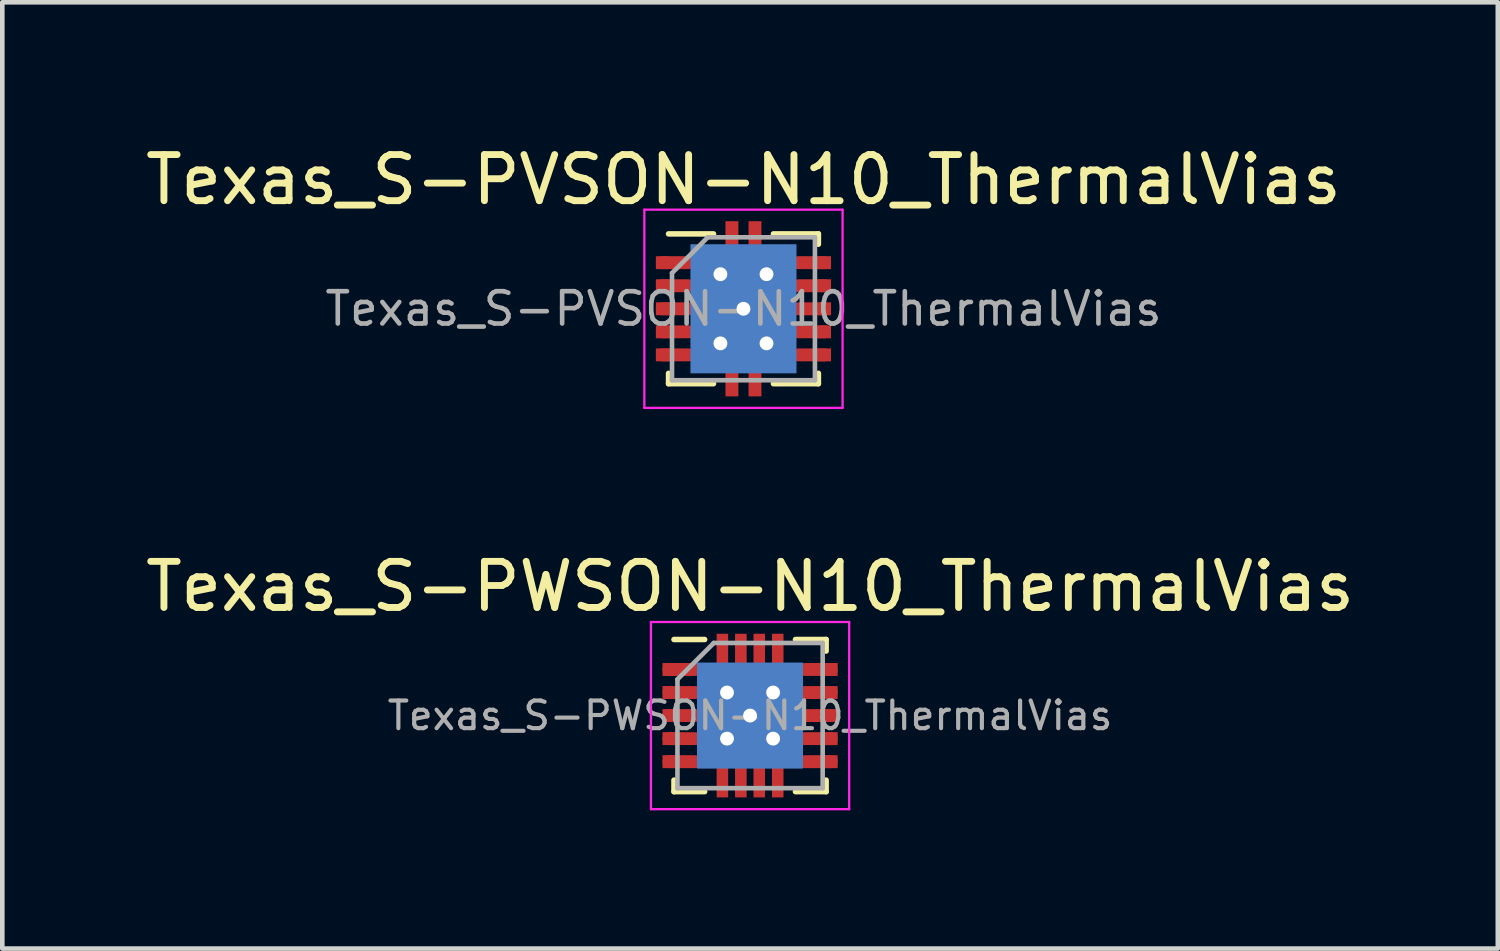
<source format=kicad_pcb>
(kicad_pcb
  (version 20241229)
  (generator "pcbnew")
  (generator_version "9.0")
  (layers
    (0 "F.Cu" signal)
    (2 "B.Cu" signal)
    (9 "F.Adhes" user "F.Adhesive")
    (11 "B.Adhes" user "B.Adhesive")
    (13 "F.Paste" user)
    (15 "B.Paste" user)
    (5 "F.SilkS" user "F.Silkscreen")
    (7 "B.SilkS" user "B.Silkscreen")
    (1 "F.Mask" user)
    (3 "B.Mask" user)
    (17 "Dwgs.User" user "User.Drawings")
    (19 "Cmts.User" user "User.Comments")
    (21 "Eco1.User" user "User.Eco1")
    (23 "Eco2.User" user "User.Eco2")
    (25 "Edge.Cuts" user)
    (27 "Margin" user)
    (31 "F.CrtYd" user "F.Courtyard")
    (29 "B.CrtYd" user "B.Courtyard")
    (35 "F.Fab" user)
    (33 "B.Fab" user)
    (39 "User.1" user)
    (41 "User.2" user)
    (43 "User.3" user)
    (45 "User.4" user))
  (footprint "Texas_S-PWSON-N10_ThermalVias"
    (layer "F.Cu")
    (at 13.22 12.472)
    (property "Reference" "Texas_S-PWSON-N10_ThermalVias" (at 0 -2.8 0) (layer "F.SilkS") (effects (font (size 1 1) (thickness 0.15))))
    (attr smd)
    (fp_line (start -1.65 -1.65) (end -0.985 -1.65) (stroke (width 0.12) (type solid)) (layer "F.SilkS"))
    (fp_line (start -1.65 1.65) (end -1.65 1.4) (stroke (width 0.12) (type solid)) (layer "F.SilkS"))
    (fp_line (start -1.65 1.65) (end -0.985 1.65) (stroke (width 0.12) (type solid)) (layer "F.SilkS"))
    (fp_line (start 0.985 -1.65) (end 1.65 -1.65) (stroke (width 0.12) (type solid)) (layer "F.SilkS"))
    (fp_line (start 0.985 1.65) (end 1.65 1.65) (stroke (width 0.12) (type solid)) (layer "F.SilkS"))
    (fp_line (start 1.65 -1.4) (end 1.65 -1.65) (stroke (width 0.12) (type solid)) (layer "F.SilkS"))
    (fp_line (start 1.65 1.4) (end 1.65 1.65) (stroke (width 0.12) (type solid)) (layer "F.SilkS"))
    (fp_line (start -2.15 -2.03) (end -2.15 2.03) (stroke (width 0.05) (type solid)) (layer "F.CrtYd"))
    (fp_line (start -2.15 -2.03) (end 2.15 -2.03) (stroke (width 0.05) (type solid)) (layer "F.CrtYd"))
    (fp_line (start -2.15 2.03) (end 2.15 2.03) (stroke (width 0.05) (type solid)) (layer "F.CrtYd"))
    (fp_line (start 2.15 -2.03) (end 2.15 2.03) (stroke (width 0.05) (type solid)) (layer "F.CrtYd"))
    (fp_line (start -1.575 1.575) (end -1.575 -0.787) (stroke (width 0.1) (type solid)) (layer "F.Fab"))
    (fp_line (start -0.787 -1.575) (end -1.575 -0.787) (stroke (width 0.1) (type solid)) (layer "F.Fab"))
    (fp_line (start -0.787 -1.575) (end 1.575 -1.575) (stroke (width 0.1) (type solid)) (layer "F.Fab"))
    (fp_line (start 1.575 -1.575) (end 1.575 1.575) (stroke (width 0.1) (type solid)) (layer "F.Fab"))
    (fp_line (start 1.575 1.575) (end -1.575 1.575) (stroke (width 0.1) (type solid)) (layer "F.Fab"))
    (fp_text user "${REFERENCE}" (at 0 0 0) (layer "F.Fab") (effects (font (size 0.6 0.6) (thickness 0.09))))
    (pad "1" smd rect (at -1.76 -1) (size 0.28 0.28) (layers "F.Cu" "F.Mask" "F.Paste"))
    (pad "1" smd oval (at -1.475 -1) (size 0.85 0.28) (layers "F.Cu" "F.Mask" "F.Paste"))
    (pad "2" smd rect (at -1.76 -0.5) (size 0.28 0.28) (layers "F.Cu" "F.Mask" "F.Paste"))
    (pad "2" smd oval (at -1.475 -0.5) (size 0.85 0.28) (layers "F.Cu" "F.Mask" "F.Paste"))
    (pad "3" smd rect (at -1.76 0) (size 0.28 0.28) (layers "F.Cu" "F.Mask" "F.Paste"))
    (pad "3" smd oval (at -1.475 0) (size 0.85 0.28) (layers "F.Cu" "F.Mask" "F.Paste"))
    (pad "4" smd rect (at -1.76 0.5) (size 0.28 0.28) (layers "F.Cu" "F.Mask" "F.Paste"))
    (pad "4" smd oval (at -1.475 0.5) (size 0.85 0.28) (layers "F.Cu" "F.Mask" "F.Paste"))
    (pad "5" smd rect (at -1.76 1) (size 0.28 0.28) (layers "F.Cu" "F.Mask" "F.Paste"))
    (pad "5" smd oval (at -1.475 1) (size 0.85 0.28) (layers "F.Cu" "F.Mask" "F.Paste"))
    (pad "6" smd oval (at 1.475 1) (size 0.85 0.28) (layers "F.Cu" "F.Mask" "F.Paste"))
    (pad "6" smd rect (at 1.76 1) (size 0.28 0.28) (layers "F.Cu" "F.Mask" "F.Paste"))
    (pad "7" smd oval (at 1.475 0.5) (size 0.85 0.28) (layers "F.Cu" "F.Mask" "F.Paste"))
    (pad "7" smd rect (at 1.76 0.5) (size 0.28 0.28) (layers "F.Cu" "F.Mask" "F.Paste"))
    (pad "8" smd oval (at 1.475 0) (size 0.85 0.28) (layers "F.Cu" "F.Mask" "F.Paste"))
    (pad "8" smd rect (at 1.76 0) (size 0.28 0.28) (layers "F.Cu" "F.Mask" "F.Paste"))
    (pad "9" smd oval (at 1.475 -0.5) (size 0.85 0.28) (layers "F.Cu" "F.Mask" "F.Paste"))
    (pad "9" smd rect (at 1.76 -0.5) (size 0.28 0.28) (layers "F.Cu" "F.Mask" "F.Paste"))
    (pad "10" smd oval (at 1.475 -1) (size 0.85 0.28) (layers "F.Cu" "F.Mask" "F.Paste"))
    (pad "10" smd rect (at 1.76 -1) (size 0.28 0.28) (layers "F.Cu" "F.Mask" "F.Paste"))
    (pad "11" smd rect (at -0.6 -1.425) (size 0.23 0.6) (layers "F.Cu" "F.Mask" "F.Paste"))
    (pad "11" smd rect (at -0.6 -1.425) (size 0.25 0.7) (layers "F.Cu" "F.Mask" "F.Paste"))
    (pad "11" smd rect (at -0.6 1.425) (size 0.23 0.6) (layers "F.Cu" "F.Mask" "F.Paste"))
    (pad "11" smd rect (at -0.6 1.425) (size 0.25 0.7) (layers "F.Cu" "F.Mask" "F.Paste"))
    (pad "11" thru_hole circle (at -0.5 -0.5) (size 0.6 0.6) (drill 0.3) (layers "*.Cu" "*.Mask"))
    (pad "11" thru_hole circle (at -0.5 0.5) (size 0.6 0.6) (drill 0.3) (layers "*.Cu" "*.Mask"))
    (pad "11" smd rect (at -0.435 -0.56) (size 0.65 0.9) (layers "F.Cu" "F.Mask" "F.Paste"))
    (pad "11" smd rect (at -0.435 0.56) (size 0.65 0.9) (layers "F.Cu" "F.Mask" "F.Paste"))
    (pad "11" smd rect (at -0.2 -1.425) (size 0.23 0.6) (layers "F.Cu" "F.Mask" "F.Paste"))
    (pad "11" smd rect (at -0.2 -1.425) (size 0.25 0.7) (layers "F.Cu" "F.Mask" "F.Paste"))
    (pad "11" smd rect (at -0.2 1.425) (size 0.23 0.6) (layers "F.Cu" "F.Mask" "F.Paste"))
    (pad "11" smd rect (at -0.2 1.425) (size 0.25 0.7) (layers "F.Cu" "F.Mask" "F.Paste"))
    (pad "11" smd rect (at -0.001 0) (size 2.3 2.3) (layers "B.Cu"))
    (pad "11" thru_hole circle (at 0 0) (size 0.6 0.6) (drill 0.3) (layers "*.Cu" "*.Mask"))
    (pad "11" smd rect (at 0 0) (size 1.7 2.15) (layers "F.Cu" "F.Mask"))
    (pad "11" smd rect (at 0.2 -1.425) (size 0.23 0.6) (layers "F.Cu" "F.Mask" "F.Paste"))
    (pad "11" smd rect (at 0.2 -1.425) (size 0.25 0.7) (layers "F.Cu" "F.Mask" "F.Paste"))
    (pad "11" smd rect (at 0.2 1.425) (size 0.23 0.6) (layers "F.Cu" "F.Mask" "F.Paste"))
    (pad "11" smd rect (at 0.2 1.425) (size 0.25 0.7) (layers "F.Cu" "F.Mask" "F.Paste"))
    (pad "11" smd rect (at 0.435 -0.56) (size 0.65 0.9) (layers "F.Cu" "F.Mask" "F.Paste"))
    (pad "11" smd rect (at 0.435 0.56) (size 0.65 0.9) (layers "F.Cu" "F.Mask" "F.Paste"))
    (pad "11" thru_hole circle (at 0.5 -0.5) (size 0.6 0.6) (drill 0.3) (layers "*.Cu" "*.Mask"))
    (pad "11" thru_hole circle (at 0.5 0.5) (size 0.6 0.6) (drill 0.3) (layers "*.Cu" "*.Mask"))
    (pad "11" smd rect (at 0.6 -1.425) (size 0.23 0.6) (layers "F.Cu" "F.Mask" "F.Paste"))
    (pad "11" smd rect (at 0.6 -1.425) (size 0.25 0.7) (layers "F.Cu" "F.Mask" "F.Paste"))
    (pad "11" smd rect (at 0.6 1.425) (size 0.23 0.6) (layers "F.Cu" "F.Mask" "F.Paste"))
    (pad "11" smd rect (at 0.6 1.425) (size 0.25 0.7) (layers "F.Cu" "F.Mask" "F.Paste")))
  (footprint "Texas_S-PVSON-N10_ThermalVias"
    (layer "F.Cu")
    (at 13.077 3.648)
    (property "Reference" "Texas_S-PVSON-N10_ThermalVias" (at 0 -2.8 0) (layer "F.SilkS") (effects (font (size 1 1) (thickness 0.15))))
    (attr smd)
    (fp_line (start -1.625 -1.625) (end -0.65 -1.625) (stroke (width 0.12) (type solid)) (layer "F.SilkS"))
    (fp_line (start -1.625 1.625) (end -1.625 1.4) (stroke (width 0.12) (type solid)) (layer "F.SilkS"))
    (fp_line (start -1.625 1.625) (end -0.65 1.625) (stroke (width 0.12) (type solid)) (layer "F.SilkS"))
    (fp_line (start 0.65 -1.625) (end 1.625 -1.625) (stroke (width 0.12) (type solid)) (layer "F.SilkS"))
    (fp_line (start 0.65 1.625) (end 1.625 1.625) (stroke (width 0.12) (type solid)) (layer "F.SilkS"))
    (fp_line (start 1.625 -1.4) (end 1.625 -1.625) (stroke (width 0.12) (type solid)) (layer "F.SilkS"))
    (fp_line (start 1.625 1.4) (end 1.625 1.625) (stroke (width 0.12) (type solid)) (layer "F.SilkS"))
    (fp_line (start -2.15 -2.15) (end -2.15 2.15) (stroke (width 0.05) (type solid)) (layer "F.CrtYd"))
    (fp_line (start -2.15 -2.15) (end 2.15 -2.15) (stroke (width 0.05) (type solid)) (layer "F.CrtYd"))
    (fp_line (start -2.15 2.15) (end 2.15 2.15) (stroke (width 0.05) (type solid)) (layer "F.CrtYd"))
    (fp_line (start 2.15 -2.15) (end 2.15 2.15) (stroke (width 0.05) (type solid)) (layer "F.CrtYd"))
    (fp_line (start -1.55 1.55) (end -1.55 -0.775) (stroke (width 0.1) (type solid)) (layer "F.Fab"))
    (fp_line (start -0.775 -1.55) (end -1.55 -0.775) (stroke (width 0.1) (type solid)) (layer "F.Fab"))
    (fp_line (start -0.775 -1.55) (end 1.55 -1.55) (stroke (width 0.1) (type solid)) (layer "F.Fab"))
    (fp_line (start 1.55 -1.55) (end 1.55 1.55) (stroke (width 0.1) (type solid)) (layer "F.Fab"))
    (fp_line (start 1.55 1.55) (end -1.55 1.55) (stroke (width 0.1) (type solid)) (layer "F.Fab"))
    (fp_text user "${REFERENCE}" (at 0 0 0) (layer "F.Fab") (effects (font (size 0.7 0.7) (thickness 0.1))))
    (pad "1" smd rect (at -1.76 -1) (size 0.28 0.28) (layers "F.Cu" "F.Mask" "F.Paste"))
    (pad "1" smd oval (at -1.475 -1) (size 0.85 0.28) (layers "F.Cu" "F.Mask" "F.Paste"))
    (pad "2" smd rect (at -1.76 -0.5) (size 0.28 0.28) (layers "F.Cu" "F.Mask" "F.Paste"))
    (pad "2" smd oval (at -1.475 -0.5) (size 0.85 0.28) (layers "F.Cu" "F.Mask" "F.Paste"))
    (pad "3" smd rect (at -1.76 0) (size 0.28 0.28) (layers "F.Cu" "F.Mask" "F.Paste"))
    (pad "3" smd oval (at -1.475 0) (size 0.85 0.28) (layers "F.Cu" "F.Mask" "F.Paste"))
    (pad "4" smd rect (at -1.76 0.5) (size 0.28 0.28) (layers "F.Cu" "F.Mask" "F.Paste"))
    (pad "4" smd oval (at -1.475 0.5) (size 0.85 0.28) (layers "F.Cu" "F.Mask" "F.Paste"))
    (pad "5" smd rect (at -1.76 1) (size 0.28 0.28) (layers "F.Cu" "F.Mask" "F.Paste"))
    (pad "5" smd oval (at -1.475 1) (size 0.85 0.28) (layers "F.Cu" "F.Mask" "F.Paste"))
    (pad "6" smd oval (at 1.475 1) (size 0.85 0.28) (layers "F.Cu" "F.Mask" "F.Paste"))
    (pad "6" smd rect (at 1.76 1) (size 0.28 0.28) (layers "F.Cu" "F.Mask" "F.Paste"))
    (pad "7" smd oval (at 1.475 0.5) (size 0.85 0.28) (layers "F.Cu" "F.Mask" "F.Paste"))
    (pad "7" smd rect (at 1.76 0.5) (size 0.28 0.28) (layers "F.Cu" "F.Mask" "F.Paste"))
    (pad "8" smd oval (at 1.475 0) (size 0.85 0.28) (layers "F.Cu" "F.Mask" "F.Paste"))
    (pad "8" smd rect (at 1.76 0) (size 0.28 0.28) (layers "F.Cu" "F.Mask" "F.Paste"))
    (pad "9" smd oval (at 1.475 -0.5) (size 0.85 0.28) (layers "F.Cu" "F.Mask" "F.Paste"))
    (pad "9" smd rect (at 1.76 -0.5) (size 0.28 0.28) (layers "F.Cu" "F.Mask" "F.Paste"))
    (pad "10" smd oval (at 1.475 -1) (size 0.85 0.28) (layers "F.Cu" "F.Mask" "F.Paste"))
    (pad "10" smd rect (at 1.76 -1) (size 0.28 0.28) (layers "F.Cu" "F.Mask" "F.Paste"))
    (pad "11" thru_hole circle (at -0.5 -0.75) (size 0.6 0.6) (drill 0.3) (layers "*.Cu" "*.Mask"))
    (pad "11" thru_hole circle (at -0.5 0.75) (size 0.6 0.6) (drill 0.3) (layers "*.Cu" "*.Mask"))
    (pad "11" smd rect (at -0.45 -0.635) (size 0.68 1.05) (layers "F.Cu" "F.Mask" "F.Paste"))
    (pad "11" smd rect (at -0.45 0.635) (size 0.68 1.05) (layers "F.Cu" "F.Mask" "F.Paste"))
    (pad "11" smd rect (at -0.25 -1.63) (size 0.26 0.5) (layers "F.Cu" "F.Mask" "F.Paste"))
    (pad "11" smd rect (at -0.25 -1.55) (size 0.28 0.7) (layers "F.Cu" "F.Mask"))
    (pad "11" smd rect (at -0.25 1.55) (size 0.28 0.7) (layers "F.Cu" "F.Mask"))
    (pad "11" smd rect (at -0.25 1.63) (size 0.26 0.5) (layers "F.Cu" "F.Mask" "F.Paste"))
    (pad "11" thru_hole circle (at 0 0) (size 0.6 0.6) (drill 0.3) (layers "*.Cu" "*.Mask"))
    (pad "11" smd rect (at 0 0) (size 1.65 2.4) (layers "F.Cu" "F.Mask"))
    (pad "11" smd rect (at 0 0) (size 2.3 2.8) (layers "B.Cu"))
    (pad "11" smd rect (at 0.25 -1.63) (size 0.26 0.5) (layers "F.Cu" "F.Mask" "F.Paste"))
    (pad "11" smd rect (at 0.25 -1.55) (size 0.28 0.7) (layers "F.Cu" "F.Mask"))
    (pad "11" smd rect (at 0.25 1.55) (size 0.28 0.7) (layers "F.Cu" "F.Mask"))
    (pad "11" smd rect (at 0.25 1.63) (size 0.26 0.5) (layers "F.Cu" "F.Mask" "F.Paste"))
    (pad "11" smd rect (at 0.45 -0.635) (size 0.68 1.05) (layers "F.Cu" "F.Mask" "F.Paste"))
    (pad "11" smd rect (at 0.45 0.635) (size 0.68 1.05) (layers "F.Cu" "F.Mask" "F.Paste"))
    (pad "11" thru_hole circle (at 0.5 -0.75) (size 0.6 0.6) (drill 0.3) (layers "*.Cu" "*.Mask"))
    (pad "11" thru_hole circle (at 0.5 0.75) (size 0.6 0.6) (drill 0.3) (layers "*.Cu" "*.Mask")))
  (gr_rect
    (start -3 -3)
    (end 29.44 17.526)
    (stroke (width 0.1) (type default))
    (fill no)
    (layer "Edge.Cuts")))
</source>
